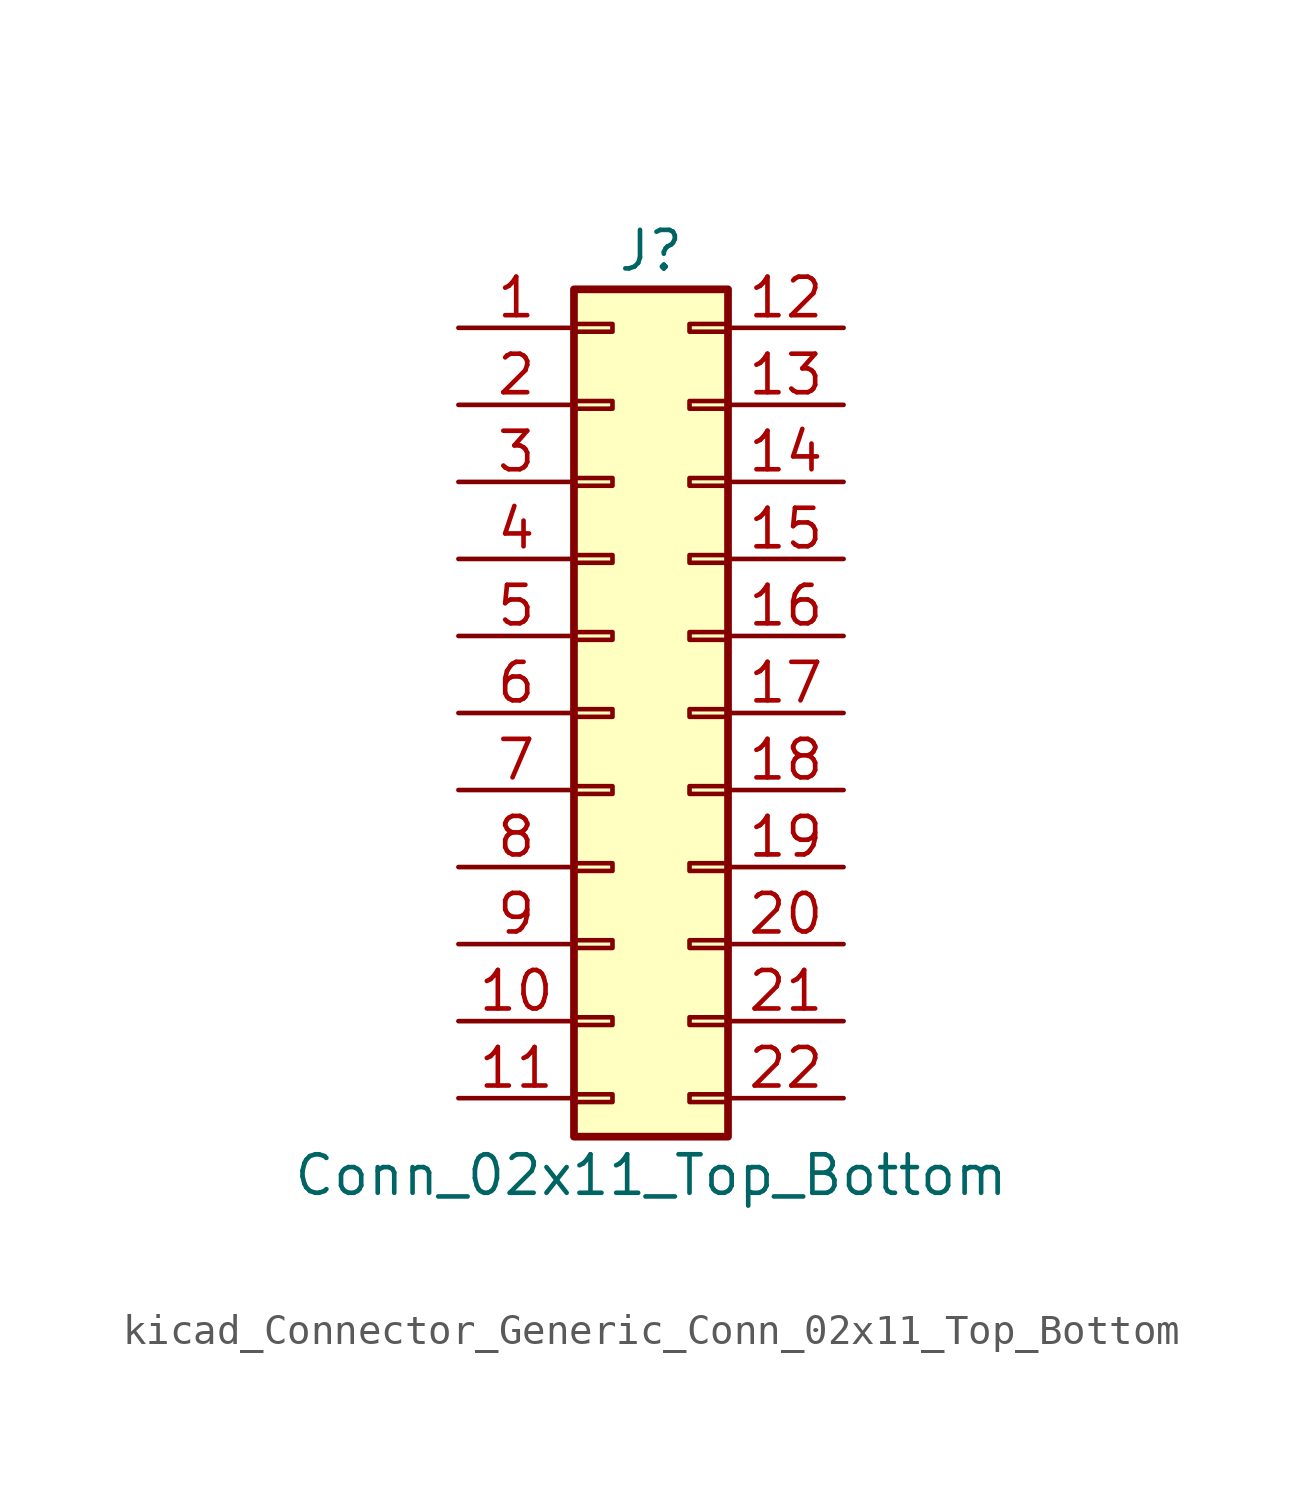
<source format=kicad_sym>
(kicad_symbol_lib
  (version 20220914)
  (generator kicad_symbol_editor)
  (symbol "kicad_Connector_Generic_Conn_02x11_Top_Bottom"
    (pin_names
      (offset 1.016) hide)
    (property "Reference" "J"
      (at 1.27 15.24 0)
      (effects (font (size 1.27 1.27))))
    (property "Value" "Conn_02x11_Top_Bottom"
      (at 1.27 -15.24 0)
      (effects (font (size 1.27 1.27))))
    (symbol "kicad_Connector_Generic_Conn_02x11_Top_Bottom_1_1"
      (rectangle (start -1.27 -12.573) (end 0 -12.827) (stroke (width 0.152) (type default)) (fill (type none)))
      (rectangle (start -1.27 -10.033) (end 0 -10.287) (stroke (width 0.152) (type default)) (fill (type none)))
      (rectangle (start -1.27 -7.493) (end 0 -7.747) (stroke (width 0.152) (type default)) (fill (type none)))
      (rectangle (start -1.27 -4.953) (end 0 -5.207) (stroke (width 0.152) (type default)) (fill (type none)))
      (rectangle (start -1.27 -2.413) (end 0 -2.667) (stroke (width 0.152) (type default)) (fill (type none)))
      (rectangle (start -1.27 0.127) (end 0 -0.127) (stroke (width 0.152) (type default)) (fill (type none)))
      (rectangle (start -1.27 2.667) (end 0 2.413) (stroke (width 0.152) (type default)) (fill (type none)))
      (rectangle (start -1.27 5.207) (end 0 4.953) (stroke (width 0.152) (type default)) (fill (type none)))
      (rectangle (start -1.27 7.747) (end 0 7.493) (stroke (width 0.152) (type default)) (fill (type none)))
      (rectangle (start -1.27 10.287) (end 0 10.033) (stroke (width 0.152) (type default)) (fill (type none)))
      (rectangle (start -1.27 12.827) (end 0 12.573) (stroke (width 0.152) (type default)) (fill (type none)))
      (rectangle (start -1.27 13.97) (end 3.81 -13.97) (stroke (width 0.254) (type default)) (fill (type background)))
      (rectangle (start 3.81 -12.573) (end 2.54 -12.827) (stroke (width 0.152) (type default)) (fill (type none)))
      (rectangle (start 3.81 -10.033) (end 2.54 -10.287) (stroke (width 0.152) (type default)) (fill (type none)))
      (rectangle (start 3.81 -7.493) (end 2.54 -7.747) (stroke (width 0.152) (type default)) (fill (type none)))
      (rectangle (start 3.81 -4.953) (end 2.54 -5.207) (stroke (width 0.152) (type default)) (fill (type none)))
      (rectangle (start 3.81 -2.413) (end 2.54 -2.667) (stroke (width 0.152) (type default)) (fill (type none)))
      (rectangle (start 3.81 0.127) (end 2.54 -0.127) (stroke (width 0.152) (type default)) (fill (type none)))
      (rectangle (start 3.81 2.667) (end 2.54 2.413) (stroke (width 0.152) (type default)) (fill (type none)))
      (rectangle (start 3.81 5.207) (end 2.54 4.953) (stroke (width 0.152) (type default)) (fill (type none)))
      (rectangle (start 3.81 7.747) (end 2.54 7.493) (stroke (width 0.152) (type default)) (fill (type none)))
      (rectangle (start 3.81 10.287) (end 2.54 10.033) (stroke (width 0.152) (type default)) (fill (type none)))
      (rectangle (start 3.81 12.827) (end 2.54 12.573) (stroke (width 0.152) (type default)) (fill (type none)))
      (pin passive line (at -5.08 12.7 0) (length 3.81) (name "Pin_1" (effects (font (size 1.27 1.27)))) (number "1" (effects (font (size 1.27 1.27)))))
      (pin passive line (at -5.08 -10.16 0) (length 3.81) (name "Pin_10" (effects (font (size 1.27 1.27)))) (number "10" (effects (font (size 1.27 1.27)))))
      (pin passive line (at -5.08 -12.7 0) (length 3.81) (name "Pin_11" (effects (font (size 1.27 1.27)))) (number "11" (effects (font (size 1.27 1.27)))))
      (pin passive line (at 7.62 12.7 180) (length 3.81) (name "Pin_12" (effects (font (size 1.27 1.27)))) (number "12" (effects (font (size 1.27 1.27)))))
      (pin passive line (at 7.62 10.16 180) (length 3.81) (name "Pin_13" (effects (font (size 1.27 1.27)))) (number "13" (effects (font (size 1.27 1.27)))))
      (pin passive line (at 7.62 7.62 180) (length 3.81) (name "Pin_14" (effects (font (size 1.27 1.27)))) (number "14" (effects (font (size 1.27 1.27)))))
      (pin passive line (at 7.62 5.08 180) (length 3.81) (name "Pin_15" (effects (font (size 1.27 1.27)))) (number "15" (effects (font (size 1.27 1.27)))))
      (pin passive line (at 7.62 2.54 180) (length 3.81) (name "Pin_16" (effects (font (size 1.27 1.27)))) (number "16" (effects (font (size 1.27 1.27)))))
      (pin passive line (at 7.62 0 180) (length 3.81) (name "Pin_17" (effects (font (size 1.27 1.27)))) (number "17" (effects (font (size 1.27 1.27)))))
      (pin passive line (at 7.62 -2.54 180) (length 3.81) (name "Pin_18" (effects (font (size 1.27 1.27)))) (number "18" (effects (font (size 1.27 1.27)))))
      (pin passive line (at 7.62 -5.08 180) (length 3.81) (name "Pin_19" (effects (font (size 1.27 1.27)))) (number "19" (effects (font (size 1.27 1.27)))))
      (pin passive line (at -5.08 10.16 0) (length 3.81) (name "Pin_2" (effects (font (size 1.27 1.27)))) (number "2" (effects (font (size 1.27 1.27)))))
      (pin passive line (at 7.62 -7.62 180) (length 3.81) (name "Pin_20" (effects (font (size 1.27 1.27)))) (number "20" (effects (font (size 1.27 1.27)))))
      (pin passive line (at 7.62 -10.16 180) (length 3.81) (name "Pin_21" (effects (font (size 1.27 1.27)))) (number "21" (effects (font (size 1.27 1.27)))))
      (pin passive line (at 7.62 -12.7 180) (length 3.81) (name "Pin_22" (effects (font (size 1.27 1.27)))) (number "22" (effects (font (size 1.27 1.27)))))
      (pin passive line (at -5.08 7.62 0) (length 3.81) (name "Pin_3" (effects (font (size 1.27 1.27)))) (number "3" (effects (font (size 1.27 1.27)))))
      (pin passive line (at -5.08 5.08 0) (length 3.81) (name "Pin_4" (effects (font (size 1.27 1.27)))) (number "4" (effects (font (size 1.27 1.27)))))
      (pin passive line (at -5.08 2.54 0) (length 3.81) (name "Pin_5" (effects (font (size 1.27 1.27)))) (number "5" (effects (font (size 1.27 1.27)))))
      (pin passive line (at -5.08 0 0) (length 3.81) (name "Pin_6" (effects (font (size 1.27 1.27)))) (number "6" (effects (font (size 1.27 1.27)))))
      (pin passive line (at -5.08 -2.54 0) (length 3.81) (name "Pin_7" (effects (font (size 1.27 1.27)))) (number "7" (effects (font (size 1.27 1.27)))))
      (pin passive line (at -5.08 -5.08 0) (length 3.81) (name "Pin_8" (effects (font (size 1.27 1.27)))) (number "8" (effects (font (size 1.27 1.27)))))
      (pin passive line (at -5.08 -7.62 0) (length 3.81) (name "Pin_9" (effects (font (size 1.27 1.27)))) (number "9" (effects (font (size 1.27 1.27))))))))
</source>
